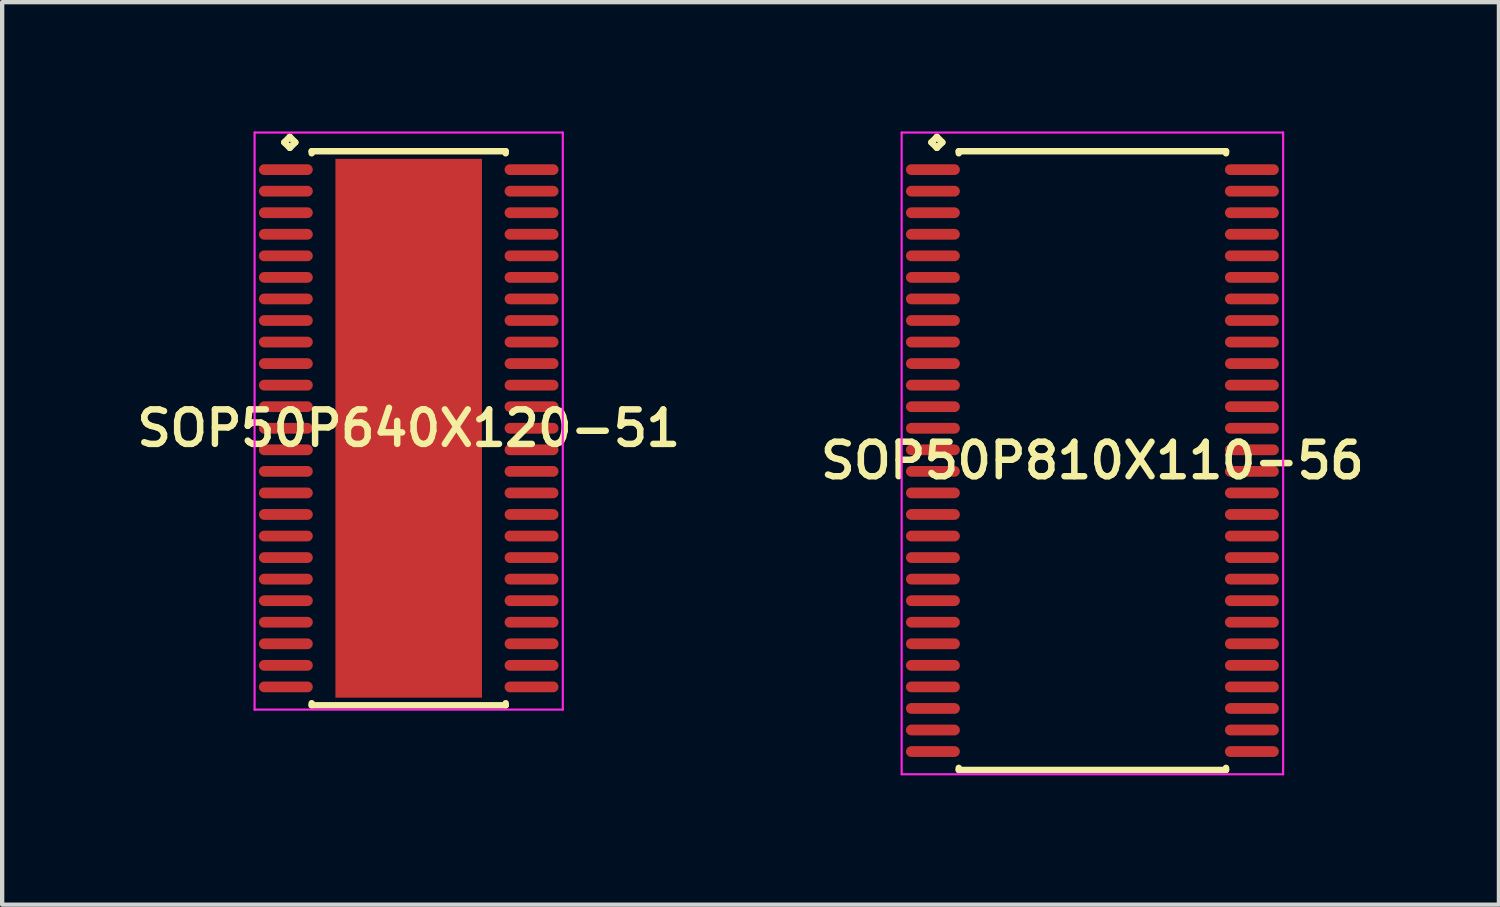
<source format=kicad_pcb>
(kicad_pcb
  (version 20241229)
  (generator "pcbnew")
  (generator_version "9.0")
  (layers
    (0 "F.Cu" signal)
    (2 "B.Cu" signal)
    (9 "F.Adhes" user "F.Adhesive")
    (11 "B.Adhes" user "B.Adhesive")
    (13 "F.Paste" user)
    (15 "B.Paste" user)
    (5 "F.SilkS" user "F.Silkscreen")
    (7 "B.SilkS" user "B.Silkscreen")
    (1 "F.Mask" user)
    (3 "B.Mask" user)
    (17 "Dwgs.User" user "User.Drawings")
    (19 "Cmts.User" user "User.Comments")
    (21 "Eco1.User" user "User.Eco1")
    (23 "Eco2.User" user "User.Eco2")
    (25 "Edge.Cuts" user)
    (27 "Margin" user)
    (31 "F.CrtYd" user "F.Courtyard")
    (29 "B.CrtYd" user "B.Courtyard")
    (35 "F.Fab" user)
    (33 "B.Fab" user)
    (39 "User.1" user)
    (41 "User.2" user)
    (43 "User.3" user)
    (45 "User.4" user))
  (footprint "SOP50P640X120-51"
    (layer "F.Cu")
    (at 6.431 6.885)
    (property "Reference" "SOP50P640X120-51" (at 0 0 0) (layer "F.SilkS") (effects (font (size 0.8 0.8) (thickness 0.15))))
    (attr smd)
    (fp_line (start -2.885 -6.633) (end -2.758 -6.76) (stroke (width 0.15) (type solid)) (layer "F.SilkS"))
    (fp_line (start -2.758 -6.76) (end -2.631 -6.633) (stroke (width 0.15) (type solid)) (layer "F.SilkS"))
    (fp_line (start -2.758 -6.506) (end -2.885 -6.633) (stroke (width 0.15) (type solid)) (layer "F.SilkS"))
    (fp_line (start -2.631 -6.633) (end -2.758 -6.506) (stroke (width 0.15) (type solid)) (layer "F.SilkS"))
    (fp_line (start -2.25 -6.427) (end 2.25 -6.427) (stroke (width 0.15) (type solid)) (layer "F.SilkS"))
    (fp_line (start -2.25 -6.379) (end -2.25 -6.427) (stroke (width 0.15) (type solid)) (layer "F.SilkS"))
    (fp_line (start -2.25 6.379) (end -2.25 6.427) (stroke (width 0.15) (type solid)) (layer "F.SilkS"))
    (fp_line (start -2.25 6.427) (end 2.25 6.427) (stroke (width 0.15) (type solid)) (layer "F.SilkS"))
    (fp_line (start 2.25 -6.427) (end 2.25 -6.379) (stroke (width 0.15) (type solid)) (layer "F.SilkS"))
    (fp_line (start 2.25 6.427) (end 2.25 6.379) (stroke (width 0.15) (type solid)) (layer "F.SilkS"))
    (fp_line (start -3.575 -6.86) (end 3.575 -6.86) (stroke (width 0.05) (type solid)) (layer "F.CrtYd"))
    (fp_line (start -3.575 6.527) (end -3.575 -6.86) (stroke (width 0.05) (type solid)) (layer "F.CrtYd"))
    (fp_line (start 3.575 -6.86) (end 3.575 6.527) (stroke (width 0.05) (type solid)) (layer "F.CrtYd"))
    (fp_line (start 3.575 6.527) (end -3.575 6.527) (stroke (width 0.05) (type solid)) (layer "F.CrtYd"))
    (pad "1" smd oval (at -2.85 -6) (size 1.25 0.25) (layers "F.Cu" "F.Mask" "F.Paste"))
    (pad "2" smd oval (at -2.85 -5.5) (size 1.25 0.25) (layers "F.Cu" "F.Mask" "F.Paste"))
    (pad "3" smd oval (at -2.85 -5) (size 1.25 0.25) (layers "F.Cu" "F.Mask" "F.Paste"))
    (pad "4" smd oval (at -2.85 -4.5) (size 1.25 0.25) (layers "F.Cu" "F.Mask" "F.Paste"))
    (pad "5" smd oval (at -2.85 -4) (size 1.25 0.25) (layers "F.Cu" "F.Mask" "F.Paste"))
    (pad "6" smd oval (at -2.85 -3.5) (size 1.25 0.25) (layers "F.Cu" "F.Mask" "F.Paste"))
    (pad "7" smd oval (at -2.85 -3) (size 1.25 0.25) (layers "F.Cu" "F.Mask" "F.Paste"))
    (pad "8" smd oval (at -2.85 -2.5) (size 1.25 0.25) (layers "F.Cu" "F.Mask" "F.Paste"))
    (pad "9" smd oval (at -2.85 -2) (size 1.25 0.25) (layers "F.Cu" "F.Mask" "F.Paste"))
    (pad "10" smd oval (at -2.85 -1.5) (size 1.25 0.25) (layers "F.Cu" "F.Mask" "F.Paste"))
    (pad "11" smd oval (at -2.85 -1) (size 1.25 0.25) (layers "F.Cu" "F.Mask" "F.Paste"))
    (pad "12" smd oval (at -2.85 -0.5) (size 1.25 0.25) (layers "F.Cu" "F.Mask" "F.Paste"))
    (pad "13" smd oval (at -2.85 0) (size 1.25 0.25) (layers "F.Cu" "F.Mask" "F.Paste"))
    (pad "14" smd oval (at -2.85 0.5) (size 1.25 0.25) (layers "F.Cu" "F.Mask" "F.Paste"))
    (pad "15" smd oval (at -2.85 1) (size 1.25 0.25) (layers "F.Cu" "F.Mask" "F.Paste"))
    (pad "16" smd oval (at -2.85 1.5) (size 1.25 0.25) (layers "F.Cu" "F.Mask" "F.Paste"))
    (pad "17" smd oval (at -2.85 2) (size 1.25 0.25) (layers "F.Cu" "F.Mask" "F.Paste"))
    (pad "18" smd oval (at -2.85 2.5) (size 1.25 0.25) (layers "F.Cu" "F.Mask" "F.Paste"))
    (pad "19" smd oval (at -2.85 3) (size 1.25 0.25) (layers "F.Cu" "F.Mask" "F.Paste"))
    (pad "20" smd oval (at -2.85 3.5) (size 1.25 0.25) (layers "F.Cu" "F.Mask" "F.Paste"))
    (pad "21" smd oval (at -2.85 4) (size 1.25 0.25) (layers "F.Cu" "F.Mask" "F.Paste"))
    (pad "22" smd oval (at -2.85 4.5) (size 1.25 0.25) (layers "F.Cu" "F.Mask" "F.Paste"))
    (pad "23" smd oval (at -2.85 5) (size 1.25 0.25) (layers "F.Cu" "F.Mask" "F.Paste"))
    (pad "24" smd oval (at -2.85 5.5) (size 1.25 0.25) (layers "F.Cu" "F.Mask" "F.Paste"))
    (pad "25" smd oval (at -2.85 6) (size 1.25 0.25) (layers "F.Cu" "F.Mask" "F.Paste"))
    (pad "26" smd oval (at 2.85 6) (size 1.25 0.25) (layers "F.Cu" "F.Mask" "F.Paste"))
    (pad "27" smd oval (at 2.85 5.5) (size 1.25 0.25) (layers "F.Cu" "F.Mask" "F.Paste"))
    (pad "28" smd oval (at 2.85 5) (size 1.25 0.25) (layers "F.Cu" "F.Mask" "F.Paste"))
    (pad "29" smd oval (at 2.85 4.5) (size 1.25 0.25) (layers "F.Cu" "F.Mask" "F.Paste"))
    (pad "30" smd oval (at 2.85 4) (size 1.25 0.25) (layers "F.Cu" "F.Mask" "F.Paste"))
    (pad "31" smd oval (at 2.85 3.5) (size 1.25 0.25) (layers "F.Cu" "F.Mask" "F.Paste"))
    (pad "32" smd oval (at 2.85 3) (size 1.25 0.25) (layers "F.Cu" "F.Mask" "F.Paste"))
    (pad "33" smd oval (at 2.85 2.5) (size 1.25 0.25) (layers "F.Cu" "F.Mask" "F.Paste"))
    (pad "34" smd oval (at 2.85 2) (size 1.25 0.25) (layers "F.Cu" "F.Mask" "F.Paste"))
    (pad "35" smd oval (at 2.85 1.5) (size 1.25 0.25) (layers "F.Cu" "F.Mask" "F.Paste"))
    (pad "36" smd oval (at 2.85 1) (size 1.25 0.25) (layers "F.Cu" "F.Mask" "F.Paste"))
    (pad "37" smd oval (at 2.85 0.5) (size 1.25 0.25) (layers "F.Cu" "F.Mask" "F.Paste"))
    (pad "38" smd oval (at 2.85 0) (size 1.25 0.25) (layers "F.Cu" "F.Mask" "F.Paste"))
    (pad "39" smd oval (at 2.85 -0.5) (size 1.25 0.25) (layers "F.Cu" "F.Mask" "F.Paste"))
    (pad "40" smd oval (at 2.85 -1) (size 1.25 0.25) (layers "F.Cu" "F.Mask" "F.Paste"))
    (pad "41" smd oval (at 2.85 -1.5) (size 1.25 0.25) (layers "F.Cu" "F.Mask" "F.Paste"))
    (pad "42" smd oval (at 2.85 -2) (size 1.25 0.25) (layers "F.Cu" "F.Mask" "F.Paste"))
    (pad "43" smd oval (at 2.85 -2.5) (size 1.25 0.25) (layers "F.Cu" "F.Mask" "F.Paste"))
    (pad "44" smd oval (at 2.85 -3) (size 1.25 0.25) (layers "F.Cu" "F.Mask" "F.Paste"))
    (pad "45" smd oval (at 2.85 -3.5) (size 1.25 0.25) (layers "F.Cu" "F.Mask" "F.Paste"))
    (pad "46" smd oval (at 2.85 -4) (size 1.25 0.25) (layers "F.Cu" "F.Mask" "F.Paste"))
    (pad "47" smd oval (at 2.85 -4.5) (size 1.25 0.25) (layers "F.Cu" "F.Mask" "F.Paste"))
    (pad "48" smd oval (at 2.85 -5) (size 1.25 0.25) (layers "F.Cu" "F.Mask" "F.Paste"))
    (pad "49" smd oval (at 2.85 -5.5) (size 1.25 0.25) (layers "F.Cu" "F.Mask" "F.Paste"))
    (pad "50" smd oval (at 2.85 -6) (size 1.25 0.25) (layers "F.Cu" "F.Mask" "F.Paste"))
    (pad "51" smd rect (at 0 0) (size 3.4 12.5) (layers "F.Cu" "F.Mask" "F.Paste")))
  (footprint "SOP50P810X110-56"
    (layer "F.Cu")
    (at 22.292 7.635)
    (property "Reference" "SOP50P810X110-56" (at 0 0 0) (layer "F.SilkS") (effects (font (size 0.8 0.8) (thickness 0.15))))
    (attr smd)
    (fp_line (start -3.735 -7.383) (end -3.608 -7.51) (stroke (width 0.15) (type solid)) (layer "F.SilkS"))
    (fp_line (start -3.608 -7.51) (end -3.481 -7.383) (stroke (width 0.15) (type solid)) (layer "F.SilkS"))
    (fp_line (start -3.608 -7.256) (end -3.735 -7.383) (stroke (width 0.15) (type solid)) (layer "F.SilkS"))
    (fp_line (start -3.481 -7.383) (end -3.608 -7.256) (stroke (width 0.15) (type solid)) (layer "F.SilkS"))
    (fp_line (start -3.1 -7.177) (end 3.1 -7.177) (stroke (width 0.15) (type solid)) (layer "F.SilkS"))
    (fp_line (start -3.1 -7.129) (end -3.1 -7.177) (stroke (width 0.15) (type solid)) (layer "F.SilkS"))
    (fp_line (start -3.1 7.129) (end -3.1 7.177) (stroke (width 0.15) (type solid)) (layer "F.SilkS"))
    (fp_line (start -3.1 7.177) (end 3.1 7.177) (stroke (width 0.15) (type solid)) (layer "F.SilkS"))
    (fp_line (start 3.1 -7.177) (end 3.1 -7.129) (stroke (width 0.15) (type solid)) (layer "F.SilkS"))
    (fp_line (start 3.1 7.177) (end 3.1 7.129) (stroke (width 0.15) (type solid)) (layer "F.SilkS"))
    (fp_line (start -4.425 -7.61) (end 4.425 -7.61) (stroke (width 0.05) (type solid)) (layer "F.CrtYd"))
    (fp_line (start -4.425 7.277) (end -4.425 -7.61) (stroke (width 0.05) (type solid)) (layer "F.CrtYd"))
    (fp_line (start 4.425 -7.61) (end 4.425 7.277) (stroke (width 0.05) (type solid)) (layer "F.CrtYd"))
    (fp_line (start 4.425 7.277) (end -4.425 7.277) (stroke (width 0.05) (type solid)) (layer "F.CrtYd"))
    (pad "1" smd oval (at -3.7 -6.75) (size 1.25 0.25) (layers "F.Cu" "F.Mask" "F.Paste"))
    (pad "2" smd oval (at -3.7 -6.25) (size 1.25 0.25) (layers "F.Cu" "F.Mask" "F.Paste"))
    (pad "3" smd oval (at -3.7 -5.75) (size 1.25 0.25) (layers "F.Cu" "F.Mask" "F.Paste"))
    (pad "4" smd oval (at -3.7 -5.25) (size 1.25 0.25) (layers "F.Cu" "F.Mask" "F.Paste"))
    (pad "5" smd oval (at -3.7 -4.75) (size 1.25 0.25) (layers "F.Cu" "F.Mask" "F.Paste"))
    (pad "6" smd oval (at -3.7 -4.25) (size 1.25 0.25) (layers "F.Cu" "F.Mask" "F.Paste"))
    (pad "7" smd oval (at -3.7 -3.75) (size 1.25 0.25) (layers "F.Cu" "F.Mask" "F.Paste"))
    (pad "8" smd oval (at -3.7 -3.25) (size 1.25 0.25) (layers "F.Cu" "F.Mask" "F.Paste"))
    (pad "9" smd oval (at -3.7 -2.75) (size 1.25 0.25) (layers "F.Cu" "F.Mask" "F.Paste"))
    (pad "10" smd oval (at -3.7 -2.25) (size 1.25 0.25) (layers "F.Cu" "F.Mask" "F.Paste"))
    (pad "11" smd oval (at -3.7 -1.75) (size 1.25 0.25) (layers "F.Cu" "F.Mask" "F.Paste"))
    (pad "12" smd oval (at -3.7 -1.25) (size 1.25 0.25) (layers "F.Cu" "F.Mask" "F.Paste"))
    (pad "13" smd oval (at -3.7 -0.75) (size 1.25 0.25) (layers "F.Cu" "F.Mask" "F.Paste"))
    (pad "14" smd oval (at -3.7 -0.25) (size 1.25 0.25) (layers "F.Cu" "F.Mask" "F.Paste"))
    (pad "15" smd oval (at -3.7 0.25) (size 1.25 0.25) (layers "F.Cu" "F.Mask" "F.Paste"))
    (pad "16" smd oval (at -3.7 0.75) (size 1.25 0.25) (layers "F.Cu" "F.Mask" "F.Paste"))
    (pad "17" smd oval (at -3.7 1.25) (size 1.25 0.25) (layers "F.Cu" "F.Mask" "F.Paste"))
    (pad "18" smd oval (at -3.7 1.75) (size 1.25 0.25) (layers "F.Cu" "F.Mask" "F.Paste"))
    (pad "19" smd oval (at -3.7 2.25) (size 1.25 0.25) (layers "F.Cu" "F.Mask" "F.Paste"))
    (pad "20" smd oval (at -3.7 2.75) (size 1.25 0.25) (layers "F.Cu" "F.Mask" "F.Paste"))
    (pad "21" smd oval (at -3.7 3.25) (size 1.25 0.25) (layers "F.Cu" "F.Mask" "F.Paste"))
    (pad "22" smd oval (at -3.7 3.75) (size 1.25 0.25) (layers "F.Cu" "F.Mask" "F.Paste"))
    (pad "23" smd oval (at -3.7 4.25) (size 1.25 0.25) (layers "F.Cu" "F.Mask" "F.Paste"))
    (pad "24" smd oval (at -3.7 4.75) (size 1.25 0.25) (layers "F.Cu" "F.Mask" "F.Paste"))
    (pad "25" smd oval (at -3.7 5.25) (size 1.25 0.25) (layers "F.Cu" "F.Mask" "F.Paste"))
    (pad "26" smd oval (at -3.7 5.75) (size 1.25 0.25) (layers "F.Cu" "F.Mask" "F.Paste"))
    (pad "27" smd oval (at -3.7 6.25) (size 1.25 0.25) (layers "F.Cu" "F.Mask" "F.Paste"))
    (pad "28" smd oval (at -3.7 6.75) (size 1.25 0.25) (layers "F.Cu" "F.Mask" "F.Paste"))
    (pad "29" smd oval (at 3.7 6.75) (size 1.25 0.25) (layers "F.Cu" "F.Mask" "F.Paste"))
    (pad "30" smd oval (at 3.7 6.25) (size 1.25 0.25) (layers "F.Cu" "F.Mask" "F.Paste"))
    (pad "31" smd oval (at 3.7 5.75) (size 1.25 0.25) (layers "F.Cu" "F.Mask" "F.Paste"))
    (pad "32" smd oval (at 3.7 5.25) (size 1.25 0.25) (layers "F.Cu" "F.Mask" "F.Paste"))
    (pad "33" smd oval (at 3.7 4.75) (size 1.25 0.25) (layers "F.Cu" "F.Mask" "F.Paste"))
    (pad "34" smd oval (at 3.7 4.25) (size 1.25 0.25) (layers "F.Cu" "F.Mask" "F.Paste"))
    (pad "35" smd oval (at 3.7 3.75) (size 1.25 0.25) (layers "F.Cu" "F.Mask" "F.Paste"))
    (pad "36" smd oval (at 3.7 3.25) (size 1.25 0.25) (layers "F.Cu" "F.Mask" "F.Paste"))
    (pad "37" smd oval (at 3.7 2.75) (size 1.25 0.25) (layers "F.Cu" "F.Mask" "F.Paste"))
    (pad "38" smd oval (at 3.7 2.25) (size 1.25 0.25) (layers "F.Cu" "F.Mask" "F.Paste"))
    (pad "39" smd oval (at 3.7 1.75) (size 1.25 0.25) (layers "F.Cu" "F.Mask" "F.Paste"))
    (pad "40" smd oval (at 3.7 1.25) (size 1.25 0.25) (layers "F.Cu" "F.Mask" "F.Paste"))
    (pad "41" smd oval (at 3.7 0.75) (size 1.25 0.25) (layers "F.Cu" "F.Mask" "F.Paste"))
    (pad "42" smd oval (at 3.7 0.25) (size 1.25 0.25) (layers "F.Cu" "F.Mask" "F.Paste"))
    (pad "43" smd oval (at 3.7 -0.25) (size 1.25 0.25) (layers "F.Cu" "F.Mask" "F.Paste"))
    (pad "44" smd oval (at 3.7 -0.75) (size 1.25 0.25) (layers "F.Cu" "F.Mask" "F.Paste"))
    (pad "45" smd oval (at 3.7 -1.25) (size 1.25 0.25) (layers "F.Cu" "F.Mask" "F.Paste"))
    (pad "46" smd oval (at 3.7 -1.75) (size 1.25 0.25) (layers "F.Cu" "F.Mask" "F.Paste"))
    (pad "47" smd oval (at 3.7 -2.25) (size 1.25 0.25) (layers "F.Cu" "F.Mask" "F.Paste"))
    (pad "48" smd oval (at 3.7 -2.75) (size 1.25 0.25) (layers "F.Cu" "F.Mask" "F.Paste"))
    (pad "49" smd oval (at 3.7 -3.25) (size 1.25 0.25) (layers "F.Cu" "F.Mask" "F.Paste"))
    (pad "50" smd oval (at 3.7 -3.75) (size 1.25 0.25) (layers "F.Cu" "F.Mask" "F.Paste"))
    (pad "51" smd oval (at 3.7 -4.25) (size 1.25 0.25) (layers "F.Cu" "F.Mask" "F.Paste"))
    (pad "52" smd oval (at 3.7 -4.75) (size 1.25 0.25) (layers "F.Cu" "F.Mask" "F.Paste"))
    (pad "53" smd oval (at 3.7 -5.25) (size 1.25 0.25) (layers "F.Cu" "F.Mask" "F.Paste"))
    (pad "54" smd oval (at 3.7 -5.75) (size 1.25 0.25) (layers "F.Cu" "F.Mask" "F.Paste"))
    (pad "55" smd oval (at 3.7 -6.25) (size 1.25 0.25) (layers "F.Cu" "F.Mask" "F.Paste"))
    (pad "56" smd oval (at 3.7 -6.75) (size 1.25 0.25) (layers "F.Cu" "F.Mask" "F.Paste")))
  (gr_rect
    (start -3 -3)
    (end 31.723 17.937)
    (stroke (width 0.1) (type default))
    (fill no)
    (layer "Edge.Cuts")))
</source>
